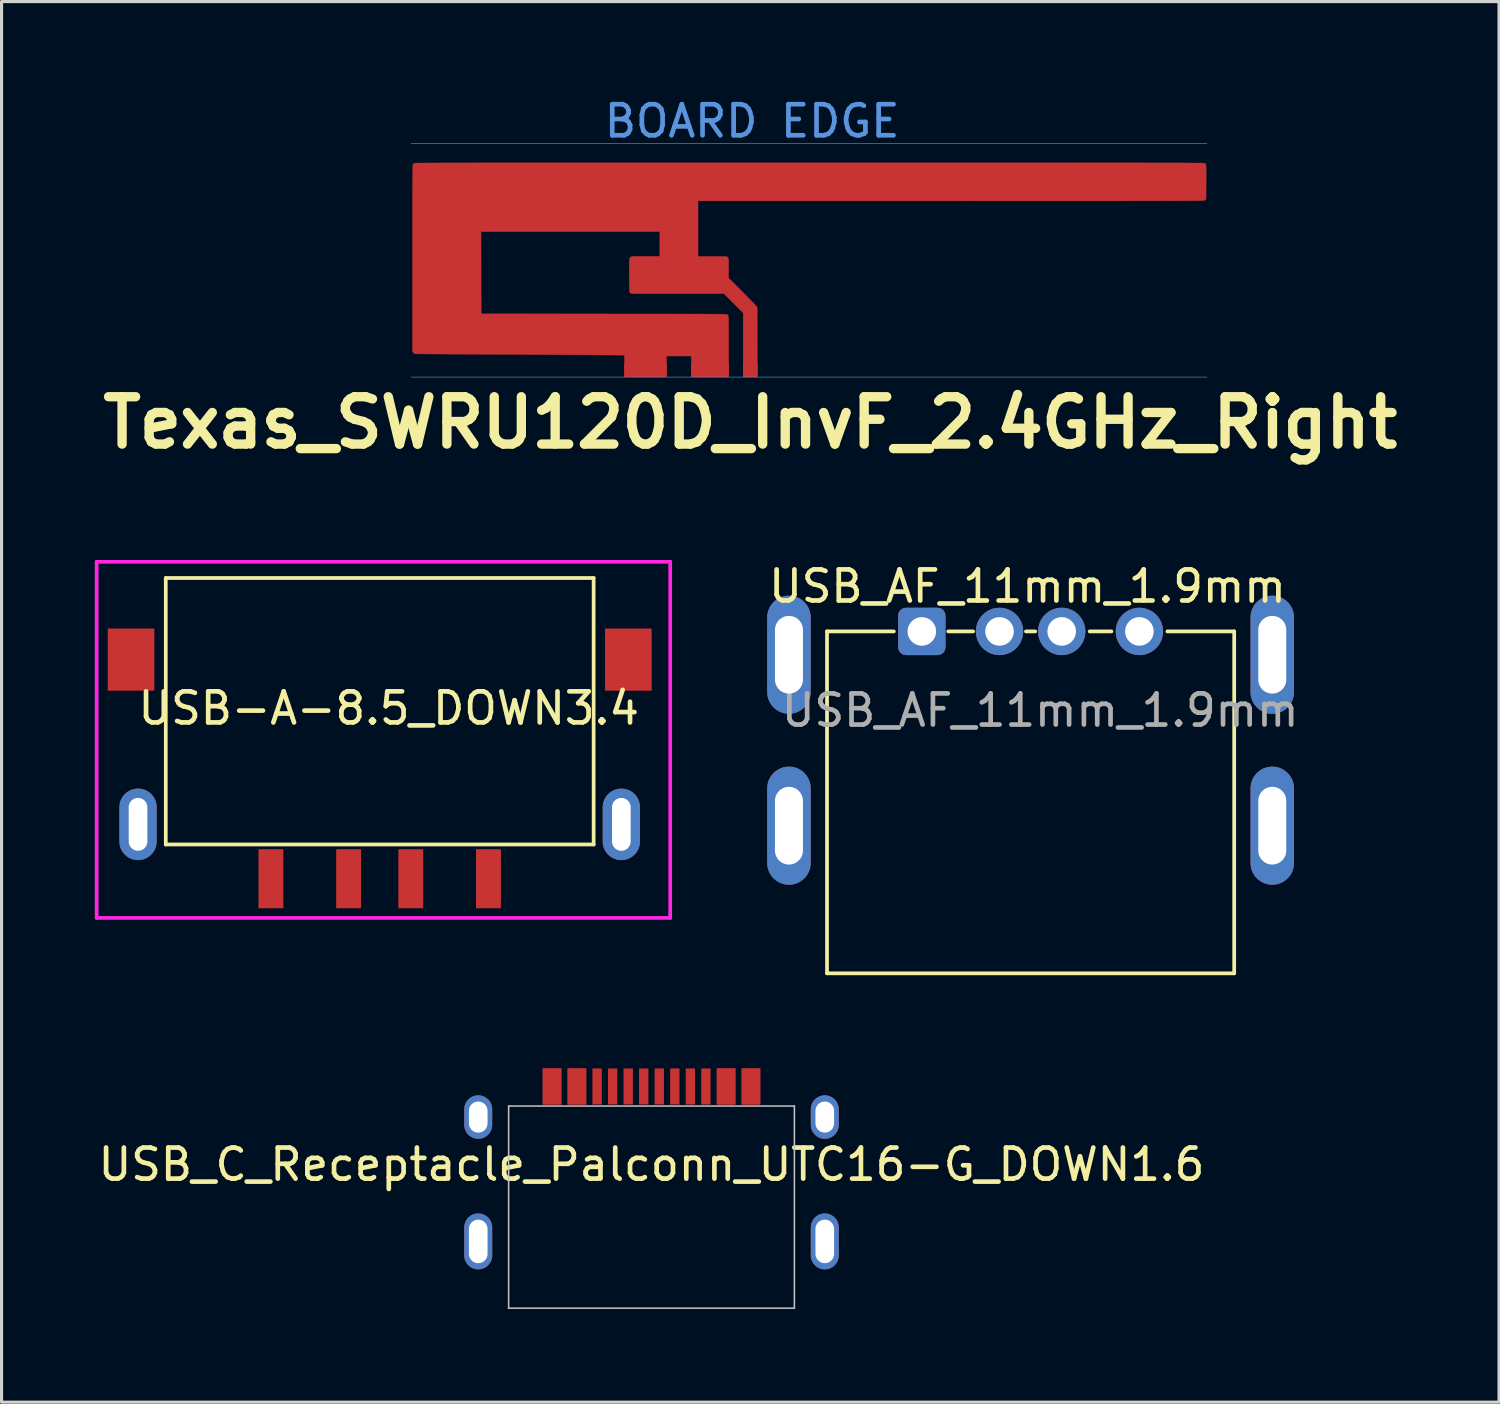
<source format=kicad_pcb>
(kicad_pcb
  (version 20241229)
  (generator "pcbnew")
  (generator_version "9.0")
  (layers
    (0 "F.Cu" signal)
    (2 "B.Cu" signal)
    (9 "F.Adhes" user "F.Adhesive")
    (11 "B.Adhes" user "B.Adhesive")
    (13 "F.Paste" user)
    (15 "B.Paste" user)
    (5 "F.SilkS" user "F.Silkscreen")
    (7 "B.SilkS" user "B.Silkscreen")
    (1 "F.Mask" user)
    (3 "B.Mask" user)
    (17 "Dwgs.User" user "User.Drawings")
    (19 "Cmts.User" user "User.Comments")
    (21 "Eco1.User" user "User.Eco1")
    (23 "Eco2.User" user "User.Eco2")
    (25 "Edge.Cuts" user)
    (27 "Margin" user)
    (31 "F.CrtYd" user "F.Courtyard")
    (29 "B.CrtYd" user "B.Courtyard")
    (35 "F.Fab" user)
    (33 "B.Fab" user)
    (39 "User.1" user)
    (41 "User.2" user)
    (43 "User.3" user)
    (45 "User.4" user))
  (footprint "USB_AF_11mm_1.9mm"
    (layer "F.Cu")
    (at 26.608 17.265)
    (property "Reference" "USB_AF_11mm_1.9mm" (at 3.4 -1.45 0) (unlocked yes) (layer "F.SilkS") (effects (font (size 1 1) (thickness 0.15))))
    (attr smd)
    (fp_line (start -3.05 0) (end -3.05 11) (stroke (width 0.12) (type default)) (layer "F.SilkS"))
    (fp_line (start -3.05 0) (end -0.9 0) (stroke (width 0.12) (type solid)) (layer "F.SilkS"))
    (fp_line (start -3.05 11) (end 10.05 11) (stroke (width 0.12) (type default)) (layer "F.SilkS"))
    (fp_line (start 0.85 0) (end 1.65 0) (stroke (width 0.12) (type default)) (layer "F.SilkS"))
    (fp_line (start 3.35 0) (end 3.65 0) (stroke (width 0.12) (type default)) (layer "F.SilkS"))
    (fp_line (start 5.4 0) (end 6.1 0) (stroke (width 0.12) (type default)) (layer "F.SilkS"))
    (fp_line (start 7.9 0) (end 10.05 0) (stroke (width 0.12) (type solid)) (layer "F.SilkS"))
    (fp_line (start 10.05 0) (end 10.05 11) (stroke (width 0.12) (type default)) (layer "F.SilkS"))
    (fp_line (start -3.1 1.3) (end -3.1 11) (stroke (width 0.05) (type solid)) (layer "Margin"))
    (fp_line (start -3.1 1.3) (end 10.1 1.3) (stroke (width 0.05) (type solid)) (layer "Margin"))
    (fp_line (start -3.1 11) (end 10.1 11) (stroke (width 0.05) (type solid)) (layer "Margin"))
    (fp_line (start 10.1 1.3) (end 10.1 11) (stroke (width 0.05) (type solid)) (layer "Margin"))
    (fp_text user "${REFERENCE}" (at 3.81 2.54 0) (unlocked yes) (layer "F.Fab") (effects (font (size 1 1) (thickness 0.15))))
    (pad "1" thru_hole roundrect (at 0 0) (size 1.524 1.524) (drill 0.92) (layers "*.Cu" "*.Mask") (roundrect_rratio 0.164))
    (pad "2" thru_hole circle (at 2.5 0) (size 1.524 1.524) (drill 0.92) (layers "*.Cu" "*.Mask"))
    (pad "3" thru_hole circle (at 4.5 0) (size 1.524 1.524) (drill 0.92) (layers "*.Cu" "*.Mask"))
    (pad "4" thru_hole circle (at 7 0) (size 1.524 1.524) (drill 0.92) (layers "*.Cu" "*.Mask"))
    (pad "5" thru_hole oval (at -4.275 0.75 90) (size 3.8 1.4) (drill oval 2.5 0.9) (layers "*.Cu" "*.Mask"))
    (pad "5" thru_hole oval (at -4.275 6.25 90) (size 3.8 1.4) (drill oval 2.5 0.9) (layers "*.Cu" "*.Mask"))
    (pad "5" thru_hole oval (at 11.275 0.75 90) (size 3.8 1.4) (drill oval 2.5 0.9) (layers "*.Cu" "*.Mask"))
    (pad "5" thru_hole oval (at 11.275 6.25 90) (size 3.8 1.4) (drill oval 2.5 0.9) (layers "*.Cu" "*.Mask")))
  (footprint "USB_C_Receptacle_Palconn_UTC16-G_DOWN1.6"
    (layer "F.Cu")
    (at 17.911 34.415)
    (property "Reference" "USB_C_Receptacle_Palconn_UTC16-G_DOWN1.6" (at 0 0 0) (layer "F.SilkS") (effects (font (size 1 1) (thickness 0.15))))
    (attr smd)
    (fp_line (start -4.597 -1.88) (end 4.597 -1.88) (stroke (width 0.05) (type solid)) (layer "Dwgs.User"))
    (fp_line (start -4.597 4.623) (end -4.597 -1.88) (stroke (width 0.05) (type solid)) (layer "Dwgs.User"))
    (fp_line (start 4.597 -1.88) (end 4.597 4.623) (stroke (width 0.05) (type solid)) (layer "Dwgs.User"))
    (fp_line (start 4.597 4.623) (end -4.597 4.623) (stroke (width 0.05) (type solid)) (layer "Dwgs.User"))
    (pad "A1" smd rect (at -3.2 -2.51) (size 0.6 1.16) (layers "F.Cu" "F.Mask" "F.Paste"))
    (pad "A4" smd rect (at -2.4 -2.51) (size 0.6 1.16) (layers "F.Cu" "F.Mask" "F.Paste"))
    (pad "A5" smd rect (at -1.25 -2.51 180) (size 0.3 1.16) (layers "F.Cu" "F.Mask" "F.Paste"))
    (pad "A6" smd rect (at -0.25 -2.51 180) (size 0.3 1.16) (layers "F.Cu" "F.Mask" "F.Paste"))
    (pad "A7" smd rect (at 0.25 -2.51 180) (size 0.3 1.16) (layers "F.Cu" "F.Mask" "F.Paste"))
    (pad "A8" smd rect (at 1.25 -2.51 180) (size 0.3 1.16) (layers "F.Cu" "F.Mask" "F.Paste"))
    (pad "A9" smd rect (at 2.4 -2.51) (size 0.6 1.16) (layers "F.Cu" "F.Mask" "F.Paste"))
    (pad "A12" smd rect (at 3.2 -2.51) (size 0.6 1.16) (layers "F.Cu" "F.Mask" "F.Paste"))
    (pad "B1" smd rect (at 3.2 -2.51) (size 0.6 1.16) (layers "F.Cu" "F.Mask" "F.Paste"))
    (pad "B4" smd rect (at 2.4 -2.51) (size 0.6 1.16) (layers "F.Cu" "F.Mask" "F.Paste"))
    (pad "B5" smd rect (at 1.75 -2.51 180) (size 0.3 1.16) (layers "F.Cu" "F.Mask" "F.Paste"))
    (pad "B6" smd rect (at 0.75 -2.51 180) (size 0.3 1.16) (layers "F.Cu" "F.Mask" "F.Paste"))
    (pad "B7" smd rect (at -0.75 -2.51 180) (size 0.3 1.16) (layers "F.Cu" "F.Mask" "F.Paste"))
    (pad "B8" smd rect (at -1.75 -2.51 180) (size 0.3 1.16) (layers "F.Cu" "F.Mask" "F.Paste"))
    (pad "B9" smd rect (at -2.4 -2.51) (size 0.6 1.16) (layers "F.Cu" "F.Mask" "F.Paste"))
    (pad "B12" smd rect (at -3.2 -2.51) (size 0.6 1.16) (layers "F.Cu" "F.Mask" "F.Paste"))
    (pad "S1" thru_hole oval (at -5.575 -1.525 90) (size 1.4 0.9) (drill oval 1 0.6) (layers "*.Cu" "*.Mask"))
    (pad "S1" thru_hole oval (at -5.575 2.475 90) (size 1.8 0.9) (drill oval 1.4 0.6) (layers "*.Cu" "*.Mask"))
    (pad "S1" thru_hole oval (at 5.575 -1.525 90) (size 1.4 0.9) (drill oval 1 0.6) (layers "*.Cu" "*.Mask"))
    (pad "S1" thru_hole oval (at 5.575 2.475 90) (size 1.8 0.9) (drill oval 1.4 0.6) (layers "*.Cu" "*.Mask")))
  (footprint "USB-A-8.5_DOWN3.4"
    (layer "F.Cu")
    (at 9.166 24.272)
    (property "Reference" "USB-A-8.5_DOWN3.4" (at 0.292 -4.534 0) (layer "F.SilkS") (effects (font (size 1 1) (thickness 0.15))))
    (attr smd)
    (fp_line (start -6.883 -8.725) (end -6.883 -0.152) (stroke (width 0.12) (type solid)) (layer "F.SilkS"))
    (fp_line (start -6.883 -0.152) (end 6.883 -0.152) (stroke (width 0.12) (type solid)) (layer "F.SilkS"))
    (fp_line (start 6.883 -8.725) (end -6.883 -8.725) (stroke (width 0.12) (type solid)) (layer "F.SilkS"))
    (fp_line (start 6.883 -0.152) (end 6.883 -8.725) (stroke (width 0.12) (type solid)) (layer "F.SilkS"))
    (fp_line (start -9.106 -9.246) (end -9.106 2.21) (stroke (width 0.12) (type solid)) (layer "F.CrtYd"))
    (fp_line (start -9.106 2.21) (end 9.347 2.21) (stroke (width 0.12) (type solid)) (layer "F.CrtYd"))
    (fp_line (start 9.347 -9.246) (end -9.106 -9.246) (stroke (width 0.12) (type solid)) (layer "F.CrtYd"))
    (fp_line (start 9.347 2.21) (end 9.347 -9.246) (stroke (width 0.12) (type solid)) (layer "F.CrtYd"))
    (pad "" smd rect (at -8 -6.1) (size 1.5 2) (layers "F.Cu" "F.Mask" "F.Paste"))
    (pad "" smd rect (at 8 -6.1) (size 1.5 2) (layers "F.Cu" "F.Mask" "F.Paste"))
    (pad "1" smd rect (at 3.5 0.95) (size 0.8 1.9) (layers "F.Cu" "F.Mask" "F.Paste"))
    (pad "2" smd rect (at 1 0.95) (size 0.8 1.9) (layers "F.Cu" "F.Mask" "F.Paste"))
    (pad "3" smd rect (at -1 0.95) (size 0.8 1.9) (layers "F.Cu" "F.Mask" "F.Paste"))
    (pad "4" smd rect (at -3.5 0.95) (size 0.8 1.9) (layers "F.Cu" "F.Mask" "F.Paste"))
    (pad "5" thru_hole oval (at -7.775 -0.8) (size 1.2 2.3) (drill oval 0.6 1.7) (layers "*.Cu" "*.Mask"))
    (pad "5" thru_hole oval (at 7.775 -0.8) (size 1.2 2.3) (drill oval 0.6 1.7) (layers "*.Cu" "*.Mask")))
  (footprint "Texas_SWRU120D_InvF_2.4GHz_Right"
    (layer "F.Cu")
    (at 21.089 5.548)
    (property "Reference" "Texas_SWRU120D_InvF_2.4GHz_Right" (at 0 5 0) (layer "F.SilkS") (effects (font (size 1.524 1.524) (thickness 0.3))))
    (attr smd)
    (fp_poly (pts (xy 3.895 -3.36) (xy 4.358 -3.36) (xy 4.808 -3.36) (xy 5.244 -3.36) (xy 5.667 -3.36) (xy 6.078 -3.36) (xy 6.475 -3.36) (xy 6.86 -3.36) (xy 7.233 -3.36) (xy 7.593 -3.36) (xy 7.942 -3.36) (xy 8.278 -3.36) (xy 8.604 -3.36) (xy 8.918 -3.36) (xy 9.22 -3.36) (xy 9.512 -3.36) (xy 9.793 -3.36) (xy 10.064 -3.36) (xy 10.324 -3.36) (xy 10.574 -3.359) (xy 10.814 -3.359) (xy 11.044 -3.359) (xy 11.265 -3.359) (xy 11.477 -3.359) (xy 11.679 -3.359) (xy 11.873 -3.359) (xy 12.057 -3.359) (xy 12.234 -3.359) (xy 12.402 -3.359) (xy 12.561 -3.359) (xy 12.713 -3.358) (xy 12.858 -3.358) (xy 12.994 -3.358) (xy 13.124 -3.358) (xy 13.246 -3.358) (xy 13.361 -3.358) (xy 13.47 -3.357) (xy 13.572 -3.357) (xy 13.668 -3.357) (xy 13.758 -3.357) (xy 13.842 -3.357) (xy 13.92 -3.356) (xy 13.993 -3.356) (xy 14.06 -3.356) (xy 14.123 -3.356) (xy 14.18 -3.355) (xy 14.233 -3.355) (xy 14.281 -3.355) (xy 14.325 -3.354) (xy 14.365 -3.354) (xy 14.402 -3.354) (xy 14.434 -3.353) (xy 14.463 -3.353) (xy 14.489 -3.353) (xy 14.511 -3.352) (xy 14.531 -3.352) (xy 14.548 -3.352) (xy 14.563 -3.351) (xy 14.576 -3.351) (xy 14.586 -3.35) (xy 14.594 -3.35) (xy 14.601 -3.349) (xy 14.607 -3.349) (xy 14.611 -3.348) (xy 14.614 -3.348) (xy 14.616 -3.347) (xy 14.618 -3.347) (xy 14.619 -3.346) (xy 14.62 -3.346) (xy 14.629 -3.34) (xy 14.637 -3.335) (xy 14.644 -3.33) (xy 14.649 -3.323) (xy 14.654 -3.313) (xy 14.658 -3.3) (xy 14.661 -3.283) (xy 14.663 -3.26) (xy 14.665 -3.23) (xy 14.666 -3.193) (xy 14.667 -3.148) (xy 14.668 -3.093) (xy 14.668 -3.027) (xy 14.667 -2.95) (xy 14.667 -2.861) (xy 14.667 -2.758) (xy 14.667 -2.739) (xy 14.664 -2.195) (xy 14.646 -2.175) (xy 14.628 -2.159) (xy 14.609 -2.146) (xy 14.608 -2.146) (xy 14.606 -2.145) (xy 14.6 -2.145) (xy 14.591 -2.144) (xy 14.579 -2.144) (xy 14.562 -2.143) (xy 14.542 -2.143) (xy 14.517 -2.142) (xy 14.487 -2.142) (xy 14.453 -2.142) (xy 14.414 -2.141) (xy 14.369 -2.141) (xy 14.319 -2.141) (xy 14.264 -2.14) (xy 14.202 -2.14) (xy 14.134 -2.14) (xy 14.059 -2.139) (xy 13.978 -2.139) (xy 13.89 -2.139) (xy 13.795 -2.138) (xy 13.692 -2.138) (xy 13.582 -2.138) (xy 13.463 -2.138) (xy 13.337 -2.138) (xy 13.202 -2.137) (xy 13.059 -2.137) (xy 12.906 -2.137) (xy 12.745 -2.137) (xy 12.574 -2.137) (xy 12.394 -2.137) (xy 12.203 -2.136) (xy 12.003 -2.136) (xy 11.793 -2.136) (xy 11.572 -2.136) (xy 11.34 -2.136) (xy 11.097 -2.136) (xy 10.843 -2.136) (xy 10.577 -2.136) (xy 10.3 -2.136) (xy 10.011 -2.136) (xy 9.709 -2.136) (xy 9.395 -2.136) (xy 9.068 -2.136) (xy 8.729 -2.136) (xy 8.376 -2.136) (xy 8.01 -2.136) (xy 7.63 -2.136) (xy 7.236 -2.136) (xy 6.828 -2.135) (xy 6.454 -2.135) (xy -1.68 -2.135) (xy -1.68 -0.35) (xy -0.765 -0.346) (xy -0.741 -0.329) (xy -0.731 -0.322) (xy -0.722 -0.314) (xy -0.715 -0.306) (xy -0.709 -0.294) (xy -0.704 -0.28) (xy -0.701 -0.26) (xy -0.699 -0.233) (xy -0.697 -0.199) (xy -0.696 -0.155) (xy -0.696 -0.1) (xy -0.696 -0.034) (xy -0.696 0.038) (xy -0.696 0.346) (xy -0.253 0.791) (xy -0.17 0.873) (xy -0.098 0.947) (xy -0.034 1.011) (xy 0.02 1.066) (xy 0.067 1.114) (xy 0.106 1.154) (xy 0.137 1.188) (xy 0.162 1.215) (xy 0.182 1.237) (xy 0.195 1.253) (xy 0.204 1.265) (xy 0.208 1.272) (xy 0.226 1.308) (xy 0.23 3.498) (xy -0.229 3.498) (xy -0.229 1.469) (xy -0.537 1.161) (xy -0.845 0.853) (xy -2.329 0.853) (xy -2.502 0.853) (xy -2.661 0.853) (xy -2.807 0.853) (xy -2.94 0.853) (xy -3.061 0.853) (xy -3.171 0.852) (xy -3.269 0.852) (xy -3.357 0.852) (xy -3.435 0.852) (xy -3.504 0.851) (xy -3.565 0.851) (xy -3.617 0.851) (xy -3.662 0.85) (xy -3.7 0.85) (xy -3.732 0.849) (xy -3.759 0.848) (xy -3.78 0.847) (xy -3.797 0.846) (xy -3.81 0.845) (xy -3.82 0.844) (xy -3.827 0.843) (xy -3.832 0.842) (xy -3.836 0.84) (xy -3.837 0.84) (xy -3.858 0.826) (xy -3.876 0.808) (xy -3.877 0.807) (xy -3.88 0.802) (xy -3.882 0.798) (xy -3.884 0.791) (xy -3.886 0.782) (xy -3.888 0.769) (xy -3.889 0.751) (xy -3.89 0.728) (xy -3.891 0.697) (xy -3.891 0.659) (xy -3.892 0.612) (xy -3.892 0.554) (xy -3.893 0.486) (xy -3.893 0.406) (xy -3.894 0.313) (xy -3.894 0.26) (xy -3.894 0.156) (xy -3.894 0.066) (xy -3.895 -0.012) (xy -3.895 -0.078) (xy -3.894 -0.134) (xy -3.893 -0.18) (xy -3.892 -0.217) (xy -3.89 -0.247) (xy -3.887 -0.27) (xy -3.883 -0.288) (xy -3.879 -0.301) (xy -3.873 -0.31) (xy -3.866 -0.317) (xy -3.858 -0.323) (xy -3.849 -0.327) (xy -3.839 -0.333) (xy -3.837 -0.333) (xy -3.805 -0.35) (xy -2.912 -0.35) (xy -2.912 -1.144) (xy -8.662 -1.144) (xy -8.66 0.177) (xy -8.658 1.498) (xy -4.711 1.501) (xy -4.425 1.502) (xy -4.152 1.502) (xy -3.893 1.502) (xy -3.648 1.502) (xy -3.416 1.503) (xy -3.196 1.503) (xy -2.989 1.503) (xy -2.794 1.503) (xy -2.611 1.504) (xy -2.439 1.504) (xy -2.278 1.504) (xy -2.128 1.504) (xy -1.988 1.505) (xy -1.857 1.505) (xy -1.736 1.505) (xy -1.625 1.505) (xy -1.522 1.506) (xy -1.427 1.506) (xy -1.341 1.506) (xy -1.262 1.507) (xy -1.191 1.507) (xy -1.126 1.507) (xy -1.068 1.508) (xy -1.017 1.508) (xy -0.971 1.509) (xy -0.931 1.509) (xy -0.896 1.51) (xy -0.865 1.51) (xy -0.839 1.511) (xy -0.817 1.511) (xy -0.799 1.512) (xy -0.785 1.513) (xy -0.773 1.513) (xy -0.764 1.514) (xy -0.757 1.515) (xy -0.751 1.516) (xy -0.748 1.517) (xy -0.746 1.518) (xy -0.744 1.518) (xy -0.726 1.534) (xy -0.711 1.554) (xy -0.71 1.555) (xy -0.708 1.558) (xy -0.706 1.563) (xy -0.705 1.569) (xy -0.703 1.577) (xy -0.702 1.588) (xy -0.701 1.603) (xy -0.7 1.622) (xy -0.699 1.646) (xy -0.698 1.677) (xy -0.698 1.714) (xy -0.697 1.759) (xy -0.697 1.812) (xy -0.697 1.874) (xy -0.696 1.946) (xy -0.696 2.028) (xy -0.696 2.122) (xy -0.696 2.227) (xy -0.696 2.345) (xy -0.696 2.477) (xy -0.696 2.538) (xy -0.696 3.498) (xy -1.898 3.498) (xy -1.898 2.857) (xy -2.693 2.857) (xy -2.693 3.498) (xy -4.049 3.498) (xy -4.049 2.83) (xy -4.535 2.825) (xy -4.578 2.825) (xy -4.634 2.824) (xy -4.704 2.824) (xy -4.787 2.823) (xy -4.882 2.823) (xy -4.988 2.822) (xy -5.106 2.821) (xy -5.233 2.82) (xy -5.371 2.82) (xy -5.517 2.819) (xy -5.672 2.818) (xy -5.835 2.817) (xy -6.005 2.816) (xy -6.182 2.815) (xy -6.365 2.814) (xy -6.553 2.813) (xy -6.746 2.812) (xy -6.943 2.811) (xy -7.144 2.81) (xy -7.348 2.808) (xy -7.555 2.807) (xy -7.763 2.806) (xy -7.897 2.806) (xy -8.101 2.804) (xy -8.301 2.803) (xy -8.498 2.802) (xy -8.689 2.801) (xy -8.876 2.8) (xy -9.056 2.799) (xy -9.231 2.798) (xy -9.399 2.797) (xy -9.56 2.796) (xy -9.714 2.795) (xy -9.859 2.794) (xy -9.996 2.793) (xy -10.123 2.793) (xy -10.241 2.792) (xy -10.349 2.791) (xy -10.446 2.79) (xy -10.533 2.79) (xy -10.607 2.789) (xy -10.67 2.789) (xy -10.72 2.788) (xy -10.757 2.788) (xy -10.78 2.787) (xy -10.79 2.787) (xy -10.79 2.787) (xy -10.805 2.78) (xy -10.824 2.765) (xy -10.835 2.756) (xy -10.852 2.736) (xy -10.861 2.716) (xy -10.866 2.689) (xy -10.867 2.679) (xy -10.867 2.655) (xy -10.867 2.617) (xy -10.868 2.567) (xy -10.868 2.503) (xy -10.868 2.428) (xy -10.868 2.341) (xy -10.869 2.242) (xy -10.869 2.133) (xy -10.869 2.014) (xy -10.869 1.886) (xy -10.869 1.748) (xy -10.869 1.601) (xy -10.869 1.447) (xy -10.869 1.284) (xy -10.869 1.115) (xy -10.869 0.938) (xy -10.869 0.756) (xy -10.869 0.568) (xy -10.869 0.374) (xy -10.869 0.176) (xy -10.869 -0.026) (xy -10.869 -0.233) (xy -10.869 -0.317) (xy -10.869 -0.565) (xy -10.869 -0.798) (xy -10.868 -1.018) (xy -10.868 -1.225) (xy -10.868 -1.418) (xy -10.868 -1.6) (xy -10.868 -1.769) (xy -10.868 -1.926) (xy -10.867 -2.072) (xy -10.867 -2.208) (xy -10.867 -2.333) (xy -10.867 -2.448) (xy -10.866 -2.554) (xy -10.866 -2.65) (xy -10.866 -2.738) (xy -10.866 -2.817) (xy -10.865 -2.889) (xy -10.865 -2.953) (xy -10.864 -3.01) (xy -10.864 -3.061) (xy -10.863 -3.105) (xy -10.863 -3.143) (xy -10.862 -3.177) (xy -10.862 -3.205) (xy -10.861 -3.229) (xy -10.86 -3.248) (xy -10.86 -3.264) (xy -10.859 -3.277) (xy -10.858 -3.287) (xy -10.857 -3.294) (xy -10.856 -3.3) (xy -10.855 -3.304) (xy -10.854 -3.307) (xy -10.854 -3.307) (xy -10.838 -3.328) (xy -10.818 -3.345) (xy -10.817 -3.346) (xy -10.816 -3.346) (xy -10.815 -3.347) (xy -10.813 -3.347) (xy -10.81 -3.348) (xy -10.807 -3.348) (xy -10.802 -3.349) (xy -10.796 -3.349) (xy -10.789 -3.35) (xy -10.78 -3.35) (xy -10.768 -3.351) (xy -10.755 -3.351) (xy -10.74 -3.352) (xy -10.721 -3.352) (xy -10.701 -3.352) (xy -10.677 -3.353) (xy -10.65 -3.353) (xy -10.62 -3.354) (xy -10.586 -3.354) (xy -10.548 -3.354) (xy -10.507 -3.355) (xy -10.461 -3.355) (xy -10.411 -3.355) (xy -10.356 -3.355) (xy -10.297 -3.356) (xy -10.233 -3.356) (xy -10.163 -3.356) (xy -10.088 -3.356) (xy -10.008 -3.357) (xy -9.922 -3.357) (xy -9.83 -3.357) (xy -9.732 -3.357) (xy -9.627 -3.357) (xy -9.516 -3.358) (xy -9.398 -3.358) (xy -9.273 -3.358) (xy -9.14 -3.358) (xy -9.001 -3.358) (xy -8.854 -3.358) (xy -8.699 -3.359) (xy -8.536 -3.359) (xy -8.365 -3.359) (xy -8.185 -3.359) (xy -7.997 -3.359) (xy -7.8 -3.359) (xy -7.595 -3.359) (xy -7.38 -3.359) (xy -7.155 -3.359) (xy -6.921 -3.359) (xy -6.677 -3.359) (xy -6.423 -3.359) (xy -6.159 -3.36) (xy -5.885 -3.36) (xy -5.6 -3.36) (xy -5.304 -3.36) (xy -4.997 -3.36) (xy -4.678 -3.36) (xy -4.349 -3.36) (xy -4.008 -3.36) (xy -3.655 -3.36) (xy -3.29 -3.36) (xy -2.912 -3.36) (xy -2.523 -3.36) (xy -2.12 -3.36) (xy -1.705 -3.36) (xy -1.277 -3.36) (xy -0.835 -3.36) (xy -0.38 -3.36) (xy 0.088 -3.36) (xy 0.571 -3.36) (xy 1.067 -3.36) (xy 1.578 -3.36) (xy 1.902 -3.36) (xy 2.421 -3.36) (xy 2.926 -3.36) (xy 3.418 -3.36) (xy 3.895 -3.36)) (stroke (width 0.01) (type solid)) (fill yes) (layer "F.Cu"))
    (fp_line (start -10.909 -3.975) (end 14.691 -3.975) (stroke (width 0.02) (type solid)) (layer "Cmts.User"))
    (fp_line (start -10.909 3.535) (end 14.691 3.535) (stroke (width 0.02) (type solid)) (layer "Cmts.User"))
    (fp_text user "BOARD EDGE" (at 0.06 -4.7 0) (layer "Cmts.User") (effects (font (size 1 1) (thickness 0.15))))
    (pad "1" connect rect (at 0 3.31) (size 0.469 0.45) (layers "F.Cu"))
    (pad "2" connect rect (at -3.371 3.31) (size 1.365 0.45) (layers "F.Cu"))
    (pad "2" connect rect (at -1.297 3.31) (size 1.212 0.45) (layers "F.Cu")))
  (gr_rect
    (start -3 -3)
    (end 45.179 42.062)
    (stroke (width 0.1) (type default))
    (fill no)
    (layer "Edge.Cuts")))
</source>
